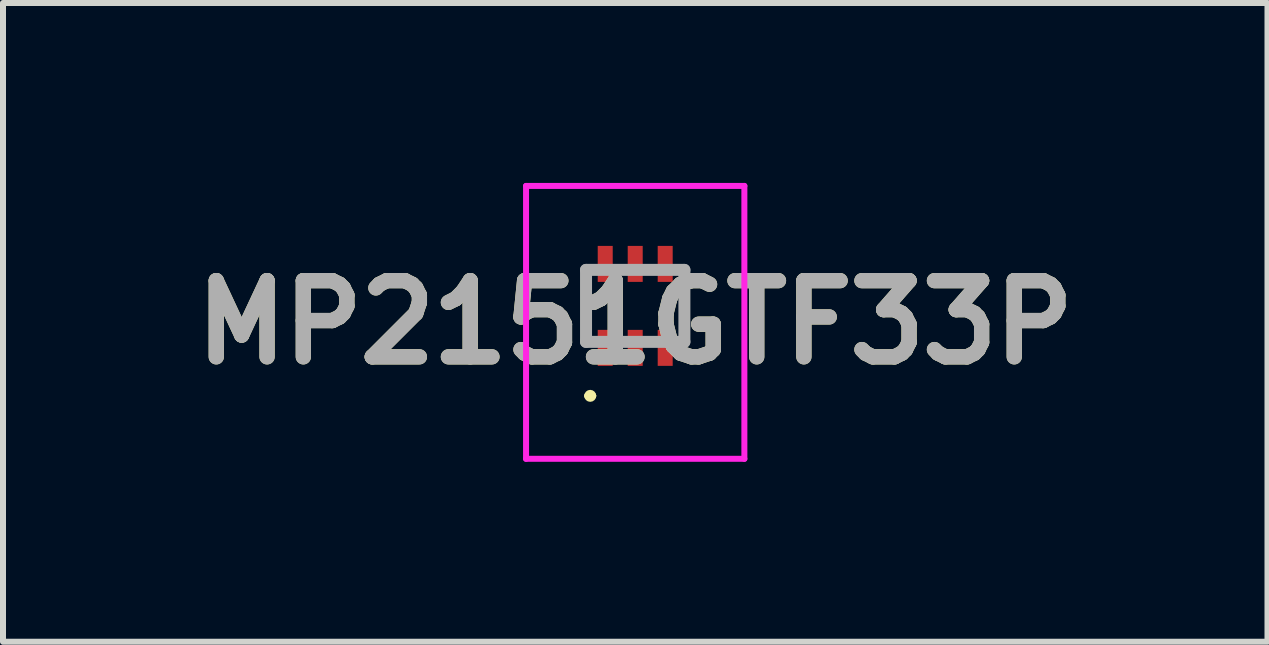
<source format=kicad_pcb>
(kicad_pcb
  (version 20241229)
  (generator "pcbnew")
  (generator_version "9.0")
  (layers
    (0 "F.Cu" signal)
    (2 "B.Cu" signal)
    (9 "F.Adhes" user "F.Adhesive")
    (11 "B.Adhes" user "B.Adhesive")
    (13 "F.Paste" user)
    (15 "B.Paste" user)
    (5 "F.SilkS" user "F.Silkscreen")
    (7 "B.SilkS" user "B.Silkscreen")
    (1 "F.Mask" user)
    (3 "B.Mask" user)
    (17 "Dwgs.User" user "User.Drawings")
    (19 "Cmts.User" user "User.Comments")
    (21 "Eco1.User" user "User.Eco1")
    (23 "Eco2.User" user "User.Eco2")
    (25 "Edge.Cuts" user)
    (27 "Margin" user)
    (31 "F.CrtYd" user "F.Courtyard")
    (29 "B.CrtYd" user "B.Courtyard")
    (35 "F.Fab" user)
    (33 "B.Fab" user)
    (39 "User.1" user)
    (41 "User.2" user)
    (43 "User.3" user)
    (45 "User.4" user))
  (footprint "MP2151GTF33P"
    (layer "F.Cu")
    (at 7.541 2.05)
    (property "Reference" "MP2151GTF33P" (at 0 0.275 0) (layer "F.SilkS") (effects (font (size 1.27 1.27) (thickness 0.254))))
    (attr smd)
    (fp_line (start -0.82 -0.6) (end -0.8 0.6) (stroke (width 0.1) (type solid)) (layer "F.SilkS"))
    (fp_line (start -0.8 1.5) (end -0.8 1.5) (stroke (width 0.1) (type solid)) (layer "F.SilkS"))
    (fp_line (start -0.7 1.5) (end -0.7 1.5) (stroke (width 0.1) (type solid)) (layer "F.SilkS"))
    (fp_line (start 0.8 -0.6) (end 0.82 0.6) (stroke (width 0.1) (type solid)) (layer "F.SilkS"))
    (fp_arc (start -0.8 1.5) (mid -0.75 1.45) (end -0.7 1.5) (stroke (width 0.1) (type solid)) (layer "F.SilkS"))
    (fp_arc (start -0.7 1.5) (mid -0.75 1.55) (end -0.8 1.5) (stroke (width 0.1) (type solid)) (layer "F.SilkS"))
    (fp_line (start -1.82 -2) (end 1.82 -2) (stroke (width 0.1) (type solid)) (layer "F.CrtYd"))
    (fp_line (start -1.82 2.55) (end -1.82 -2) (stroke (width 0.1) (type solid)) (layer "F.CrtYd"))
    (fp_line (start 1.82 -2) (end 1.82 2.55) (stroke (width 0.1) (type solid)) (layer "F.CrtYd"))
    (fp_line (start 1.82 2.55) (end -1.82 2.55) (stroke (width 0.1) (type solid)) (layer "F.CrtYd"))
    (fp_line (start -0.82 -0.6) (end 0.82 -0.6) (stroke (width 0.2) (type solid)) (layer "F.Fab"))
    (fp_line (start -0.82 0.6) (end -0.82 -0.6) (stroke (width 0.2) (type solid)) (layer "F.Fab"))
    (fp_line (start 0.82 -0.6) (end 0.82 0.6) (stroke (width 0.2) (type solid)) (layer "F.Fab"))
    (fp_line (start 0.82 0.6) (end -0.82 0.6) (stroke (width 0.2) (type solid)) (layer "F.Fab"))
    (fp_text user "${REFERENCE}" (at 0 0.275 0) (layer "F.Fab") (effects (font (size 1.27 1.27) (thickness 0.254))))
    (pad "1" smd rect (at -0.5 0.7) (size 0.25 0.6) (layers "F.Cu" "F.Mask" "F.Paste"))
    (pad "2" smd rect (at 0 0.7) (size 0.25 0.6) (layers "F.Cu" "F.Mask" "F.Paste"))
    (pad "3" smd rect (at 0.5 0.7) (size 0.25 0.6) (layers "F.Cu" "F.Mask" "F.Paste"))
    (pad "4" smd rect (at 0.5 -0.7) (size 0.25 0.6) (layers "F.Cu" "F.Mask" "F.Paste"))
    (pad "5" smd rect (at 0 -0.7) (size 0.25 0.6) (layers "F.Cu" "F.Mask" "F.Paste"))
    (pad "6" smd rect (at -0.5 -0.7) (size 0.25 0.6) (layers "F.Cu" "F.Mask" "F.Paste")))
  (gr_rect
    (start -3 -3)
    (end 18.083 7.65)
    (stroke (width 0.1) (type default))
    (fill no)
    (layer "Edge.Cuts")))
</source>
